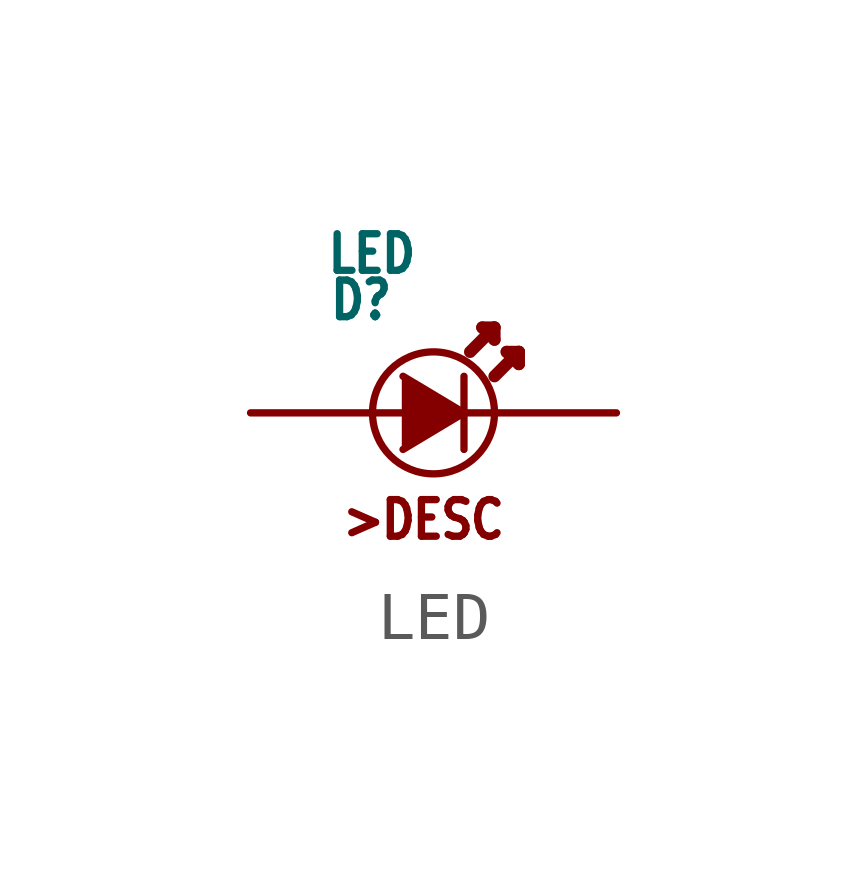
<source format=kicad_sym>
(kicad_symbol_lib
  (version 20211014)
  (generator kicad_symbol_editor)
  (symbol "LED"
    (property "Reference" "D"
      (at -2.21 2.794 0)
      (effects (font (size 0.762 0.648)) (justify left top)))
    (property "Value" "LED"
      (at -2.261 3.759 0)
      (effects (font (size 0.762 0.648)) (justify left top)))
    (property "ki_locked" ""
      (at 0 0 0)
      (effects (font (size 1.27 1.27))))
    (symbol "LED_1_0"
      (polyline (pts (xy -1.27 0) (xy 0.635 0)) (stroke (width 0.152) (type default) (color 0 0 0 0)) (fill (type none)))
      (polyline (pts (xy -0.635 -0.762) (xy -0.635 0.762)) (stroke (width 0.051) (type default) (color 0 0 0 0)) (fill (type none)))
      (polyline (pts (xy -0.635 0.762) (xy 0.635 0)) (stroke (width 0.051) (type default) (color 0 0 0 0)) (fill (type none)))
      (polyline (pts (xy 0.635 0) (xy -0.635 -0.762)) (stroke (width 0.051) (type default) (color 0 0 0 0)) (fill (type none)))
      (polyline (pts (xy 0.635 0) (xy 0.635 -0.762)) (stroke (width 0.152) (type default) (color 0 0 0 0)) (fill (type none)))
      (polyline (pts (xy 0.635 0) (xy 1.27 0)) (stroke (width 0.152) (type default) (color 0 0 0 0)) (fill (type none)))
      (polyline (pts (xy 0.635 0.762) (xy 0.635 0)) (stroke (width 0.152) (type default) (color 0 0 0 0)) (fill (type none)))
      (polyline (pts (xy 0.762 1.27) (xy 1.27 1.778)) (stroke (width 0.254) (type default) (color 0 0 0 0)) (fill (type none)))
      (polyline (pts (xy 1.016 1.778) (xy 1.27 1.524)) (stroke (width 0.254) (type default) (color 0 0 0 0)) (fill (type none)))
      (polyline (pts (xy 1.27 0.762) (xy 1.778 1.27)) (stroke (width 0.254) (type default) (color 0 0 0 0)) (fill (type none)))
      (polyline (pts (xy 1.27 1.524) (xy 1.27 1.778)) (stroke (width 0.254) (type default) (color 0 0 0 0)) (fill (type none)))
      (polyline (pts (xy 1.27 1.778) (xy 1.016 1.778)) (stroke (width 0.254) (type default) (color 0 0 0 0)) (fill (type none)))
      (polyline (pts (xy 1.524 1.27) (xy 1.778 1.016)) (stroke (width 0.254) (type default) (color 0 0 0 0)) (fill (type none)))
      (polyline (pts (xy 1.778 1.016) (xy 1.778 1.27)) (stroke (width 0.254) (type default) (color 0 0 0 0)) (fill (type none)))
      (polyline (pts (xy 1.778 1.27) (xy 1.524 1.27)) (stroke (width 0.254) (type default) (color 0 0 0 0)) (fill (type none)))
      (polyline (pts (xy -0.635 0.762) (xy 0.635 0) (xy -0.635 -0.762)) (stroke (width 0) (type default) (color 0 0 0 0)) (fill (type outline)))
      (circle (center 0 0) (radius 1.27) (stroke (width 0.152) (type default) (color 0 0 0 0)) (fill (type none)))
      (text ">DESC" (at -1.956 -1.778 0) (effects (font (size 0.762 0.648)) (justify left top)))
      (pin passive line (at -3.81 0 0) (length 2.54) (name "+" (effects (font (size 0 0)))) (number "+" (effects (font (size 0 0)))))
      (pin passive line (at 3.81 0 180) (length 2.54) (name "-" (effects (font (size 0 0)))) (number "-" (effects (font (size 0 0))))))))
</source>
